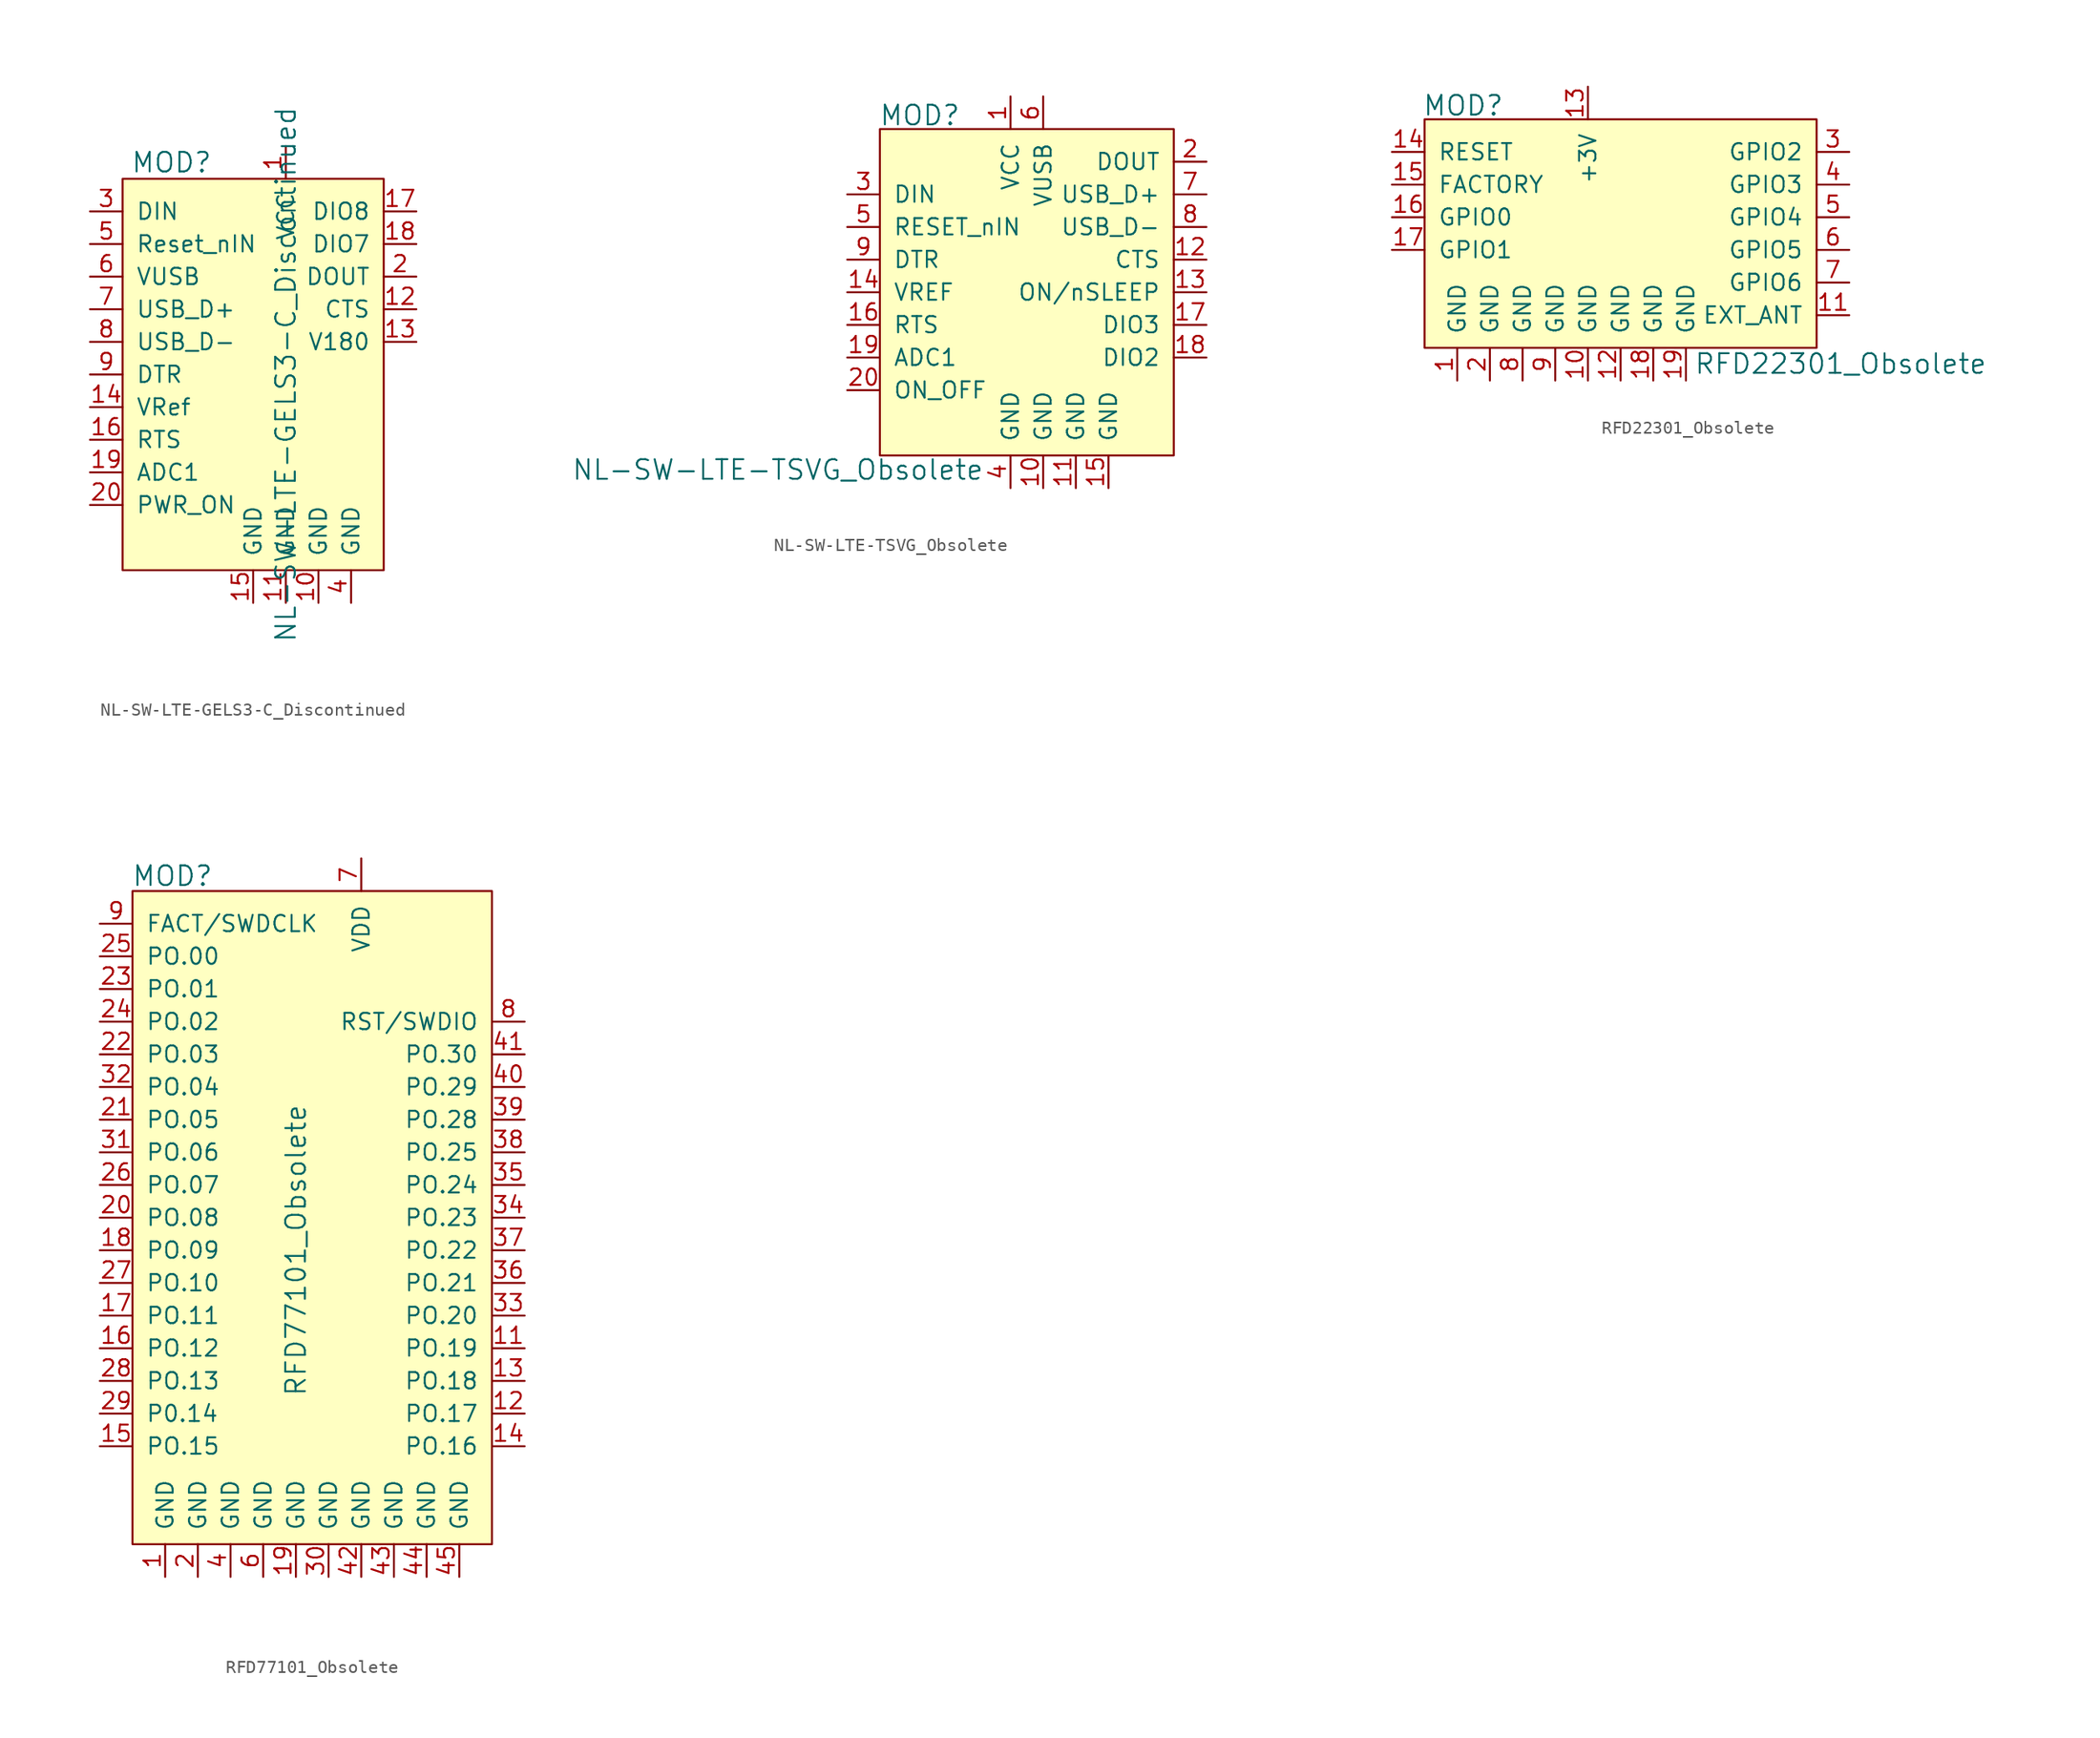
<source format=kicad_sym>
(kicad_symbol_lib
  (version 20231120)
  (generator "kicad_symbol_editor")
  (generator_version "8.0")
  (symbol "NL-SW-LTE-GELS3-C_Discontinued"
    (pin_names
      (offset 1.016))
    (property "Reference" "MOD"
      (at -8.89 21.59 0)
      (effects (font (size 1.524 1.524))))
    (property "Value" "NL-SW-LTE-GELS3-C_Discontinued"
      (at 0 5.08 90)
      (effects (font (size 1.524 1.524))))
    (symbol "NL-SW-LTE-GELS3-C_Discontinued_0_1"
      (rectangle (start -12.7 20.32) (end 7.62 -10.16) (stroke (width 0) (type default)) (fill (type background))))
    (symbol "NL-SW-LTE-GELS3-C_Discontinued_1_1"
      (pin power_in line (at 0 22.86 270) (length 2.54) (name "VCC" (effects (font (size 1.27 1.27)))) (number "1" (effects (font (size 1.27 1.27)))))
      (pin power_in line (at 2.54 -12.7 90) (length 2.54) (name "GND" (effects (font (size 1.27 1.27)))) (number "10" (effects (font (size 1.27 1.27)))))
      (pin power_in line (at 0 -12.7 90) (length 2.54) (name "GND" (effects (font (size 1.27 1.27)))) (number "11" (effects (font (size 1.27 1.27)))))
      (pin output line (at 10.16 10.16 180) (length 2.54) (name "CTS" (effects (font (size 1.27 1.27)))) (number "12" (effects (font (size 1.27 1.27)))))
      (pin output line (at 10.16 7.62 180) (length 2.54) (name "V180" (effects (font (size 1.27 1.27)))) (number "13" (effects (font (size 1.27 1.27)))))
      (pin input line (at -15.24 2.54 0) (length 2.54) (name "VRef" (effects (font (size 1.27 1.27)))) (number "14" (effects (font (size 1.27 1.27)))))
      (pin power_in line (at -2.54 -12.7 90) (length 2.54) (name "GND" (effects (font (size 1.27 1.27)))) (number "15" (effects (font (size 1.27 1.27)))))
      (pin input line (at -15.24 0 0) (length 2.54) (name "RTS" (effects (font (size 1.27 1.27)))) (number "16" (effects (font (size 1.27 1.27)))))
      (pin bidirectional line (at 10.16 17.78 180) (length 2.54) (name "DIO8" (effects (font (size 1.27 1.27)))) (number "17" (effects (font (size 1.27 1.27)))))
      (pin bidirectional line (at 10.16 15.24 180) (length 2.54) (name "DIO7" (effects (font (size 1.27 1.27)))) (number "18" (effects (font (size 1.27 1.27)))))
      (pin input line (at -15.24 -2.54 0) (length 2.54) (name "ADC1" (effects (font (size 1.27 1.27)))) (number "19" (effects (font (size 1.27 1.27)))))
      (pin output line (at 10.16 12.7 180) (length 2.54) (name "DOUT" (effects (font (size 1.27 1.27)))) (number "2" (effects (font (size 1.27 1.27)))))
      (pin input line (at -15.24 -5.08 0) (length 2.54) (name "PWR_ON" (effects (font (size 1.27 1.27)))) (number "20" (effects (font (size 1.27 1.27)))))
      (pin input line (at -15.24 17.78 0) (length 2.54) (name "DIN" (effects (font (size 1.27 1.27)))) (number "3" (effects (font (size 1.27 1.27)))))
      (pin power_in line (at 5.08 -12.7 90) (length 2.54) (name "GND" (effects (font (size 1.27 1.27)))) (number "4" (effects (font (size 1.27 1.27)))))
      (pin input line (at -15.24 15.24 0) (length 2.54) (name "Reset_nIN" (effects (font (size 1.27 1.27)))) (number "5" (effects (font (size 1.27 1.27)))))
      (pin input line (at -15.24 12.7 0) (length 2.54) (name "VUSB" (effects (font (size 1.27 1.27)))) (number "6" (effects (font (size 1.27 1.27)))))
      (pin bidirectional line (at -15.24 10.16 0) (length 2.54) (name "USB_D+" (effects (font (size 1.27 1.27)))) (number "7" (effects (font (size 1.27 1.27)))))
      (pin bidirectional line (at -15.24 7.62 0) (length 2.54) (name "USB_D-" (effects (font (size 1.27 1.27)))) (number "8" (effects (font (size 1.27 1.27)))))
      (pin input line (at -15.24 5.08 0) (length 2.54) (name "DTR" (effects (font (size 1.27 1.27)))) (number "9" (effects (font (size 1.27 1.27)))))))
  (symbol "NL-SW-LTE-TSVG_Obsolete"
    (pin_names
      (offset 1.016))
    (property "Reference" "MOD"
      (at -10.236 13.767 0)
      (effects (font (size 1.524 1.524)) (justify left)))
    (property "Value" "NL-SW-LTE-TSVG_Obsolete"
      (at -2.032 -13.818 0)
      (effects (font (size 1.524 1.524)) (justify right)))
    (symbol "NL-SW-LTE-TSVG_Obsolete_1_1"
      (rectangle (start -10.16 12.7) (end 12.7 -12.7) (stroke (width 0) (type default)) (fill (type background)))
      (pin power_in line (at 0 15.24 270) (length 2.54) (name "VCC" (effects (font (size 1.27 1.27)))) (number "1" (effects (font (size 1.27 1.27)))))
      (pin power_in line (at 2.54 -15.24 90) (length 2.54) (name "GND" (effects (font (size 1.27 1.27)))) (number "10" (effects (font (size 1.27 1.27)))))
      (pin power_in line (at 5.08 -15.24 90) (length 2.54) (name "GND" (effects (font (size 1.27 1.27)))) (number "11" (effects (font (size 1.27 1.27)))))
      (pin output line (at 15.24 2.54 180) (length 2.54) (name "CTS" (effects (font (size 1.27 1.27)))) (number "12" (effects (font (size 1.27 1.27)))))
      (pin output line (at 15.24 0 180) (length 2.54) (name "ON/nSLEEP" (effects (font (size 1.27 1.27)))) (number "13" (effects (font (size 1.27 1.27)))))
      (pin input line (at -12.7 0 0) (length 2.54) (name "VREF" (effects (font (size 1.27 1.27)))) (number "14" (effects (font (size 1.27 1.27)))))
      (pin power_in line (at 7.62 -15.24 90) (length 2.54) (name "GND" (effects (font (size 1.27 1.27)))) (number "15" (effects (font (size 1.27 1.27)))))
      (pin input line (at -12.7 -2.54 0) (length 2.54) (name "RTS" (effects (font (size 1.27 1.27)))) (number "16" (effects (font (size 1.27 1.27)))))
      (pin bidirectional line (at 15.24 -2.54 180) (length 2.54) (name "DIO3" (effects (font (size 1.27 1.27)))) (number "17" (effects (font (size 1.27 1.27)))))
      (pin bidirectional line (at 15.24 -5.08 180) (length 2.54) (name "DIO2" (effects (font (size 1.27 1.27)))) (number "18" (effects (font (size 1.27 1.27)))))
      (pin input line (at -12.7 -5.08 0) (length 2.54) (name "ADC1" (effects (font (size 1.27 1.27)))) (number "19" (effects (font (size 1.27 1.27)))))
      (pin output line (at 15.24 10.16 180) (length 2.54) (name "DOUT" (effects (font (size 1.27 1.27)))) (number "2" (effects (font (size 1.27 1.27)))))
      (pin input line (at -12.7 -7.62 0) (length 2.54) (name "ON_OFF" (effects (font (size 1.27 1.27)))) (number "20" (effects (font (size 1.27 1.27)))))
      (pin input line (at -12.7 7.62 0) (length 2.54) (name "DIN" (effects (font (size 1.27 1.27)))) (number "3" (effects (font (size 1.27 1.27)))))
      (pin power_in line (at 0 -15.24 90) (length 2.54) (name "GND" (effects (font (size 1.27 1.27)))) (number "4" (effects (font (size 1.27 1.27)))))
      (pin input line (at -12.7 5.08 0) (length 2.54) (name "RESET_nIN" (effects (font (size 1.27 1.27)))) (number "5" (effects (font (size 1.27 1.27)))))
      (pin power_in line (at 2.54 15.24 270) (length 2.54) (name "VUSB" (effects (font (size 1.27 1.27)))) (number "6" (effects (font (size 1.27 1.27)))))
      (pin bidirectional line (at 15.24 7.62 180) (length 2.54) (name "USB_D+" (effects (font (size 1.27 1.27)))) (number "7" (effects (font (size 1.27 1.27)))))
      (pin bidirectional line (at 15.24 5.08 180) (length 2.54) (name "USB_D-" (effects (font (size 1.27 1.27)))) (number "8" (effects (font (size 1.27 1.27)))))
      (pin input line (at -12.7 2.54 0) (length 2.54) (name "DTR" (effects (font (size 1.27 1.27)))) (number "9" (effects (font (size 1.27 1.27)))))))
  (symbol "RFD22301_Obsolete"
    (pin_names
      (offset 1.016))
    (property "Reference" "MOD"
      (at -15.418 11.227 0)
      (effects (font (size 1.524 1.524)) (justify left)))
    (property "Value" "RFD22301_Obsolete"
      (at 5.69 -8.865 0)
      (effects (font (size 1.524 1.524)) (justify left)))
    (symbol "RFD22301_Obsolete_1_0"
      (pin bidirectional line (at 17.78 0 180) (length 2.54) (name "GPIO5" (effects (font (size 1.27 1.27)))) (number "6" (effects (font (size 1.27 1.27))))))
    (symbol "RFD22301_Obsolete_1_1"
      (rectangle (start -15.24 10.16) (end 15.24 -7.62) (stroke (width 0) (type default)) (fill (type background)))
      (pin power_in line (at -12.7 -10.16 90) (length 2.54) (name "GND" (effects (font (size 1.27 1.27)))) (number "1" (effects (font (size 1.27 1.27)))))
      (pin power_in line (at -2.54 -10.16 90) (length 2.54) (name "GND" (effects (font (size 1.27 1.27)))) (number "10" (effects (font (size 1.27 1.27)))))
      (pin bidirectional line (at 17.78 -5.08 180) (length 2.54) (name "EXT_ANT" (effects (font (size 1.27 1.27)))) (number "11" (effects (font (size 1.27 1.27)))))
      (pin power_in line (at 0 -10.16 90) (length 2.54) (name "GND" (effects (font (size 1.27 1.27)))) (number "12" (effects (font (size 1.27 1.27)))))
      (pin power_in line (at -2.54 12.7 270) (length 2.54) (name "+3V" (effects (font (size 1.27 1.27)))) (number "13" (effects (font (size 1.27 1.27)))))
      (pin input line (at -17.78 7.62 0) (length 2.54) (name "RESET" (effects (font (size 1.27 1.27)))) (number "14" (effects (font (size 1.27 1.27)))))
      (pin input line (at -17.78 5.08 0) (length 2.54) (name "FACTORY" (effects (font (size 1.27 1.27)))) (number "15" (effects (font (size 1.27 1.27)))))
      (pin bidirectional line (at -17.78 2.54 0) (length 2.54) (name "GPIO0" (effects (font (size 1.27 1.27)))) (number "16" (effects (font (size 1.27 1.27)))))
      (pin bidirectional line (at -17.78 0 0) (length 2.54) (name "GPIO1" (effects (font (size 1.27 1.27)))) (number "17" (effects (font (size 1.27 1.27)))))
      (pin power_in line (at 2.54 -10.16 90) (length 2.54) (name "GND" (effects (font (size 1.27 1.27)))) (number "18" (effects (font (size 1.27 1.27)))))
      (pin power_in line (at 5.08 -10.16 90) (length 2.54) (name "GND" (effects (font (size 1.27 1.27)))) (number "19" (effects (font (size 1.27 1.27)))))
      (pin power_in line (at -10.16 -10.16 90) (length 2.54) (name "GND" (effects (font (size 1.27 1.27)))) (number "2" (effects (font (size 1.27 1.27)))))
      (pin bidirectional line (at 17.78 7.62 180) (length 2.54) (name "GPIO2" (effects (font (size 1.27 1.27)))) (number "3" (effects (font (size 1.27 1.27)))))
      (pin bidirectional line (at 17.78 5.08 180) (length 2.54) (name "GPIO3" (effects (font (size 1.27 1.27)))) (number "4" (effects (font (size 1.27 1.27)))))
      (pin bidirectional line (at 17.78 2.54 180) (length 2.54) (name "GPIO4" (effects (font (size 1.27 1.27)))) (number "5" (effects (font (size 1.27 1.27)))))
      (pin bidirectional line (at 17.78 -2.54 180) (length 2.54) (name "GPIO6" (effects (font (size 1.27 1.27)))) (number "7" (effects (font (size 1.27 1.27)))))
      (pin power_in line (at -7.62 -10.16 90) (length 2.54) (name "GND" (effects (font (size 1.27 1.27)))) (number "8" (effects (font (size 1.27 1.27)))))
      (pin power_in line (at -5.08 -10.16 90) (length 2.54) (name "GND" (effects (font (size 1.27 1.27)))) (number "9" (effects (font (size 1.27 1.27)))))))
  (symbol "RFD77101_Obsolete"
    (pin_names
      (offset 1.016))
    (property "Reference" "MOD"
      (at -15.316 16.408 0)
      (effects (font (size 1.524 1.524)) (justify left)))
    (property "Value" "RFD77101_Obsolete"
      (at -2.54 -12.7 90)
      (effects (font (size 1.524 1.524))))
    (symbol "RFD77101_Obsolete_1_0"
      (pin bidirectional line (at -17.78 -25.4 0) (length 2.54) (name "P0.14" (effects (font (size 1.27 1.27)))) (number "29" (effects (font (size 1.27 1.27))))))
    (symbol "RFD77101_Obsolete_1_1"
      (rectangle (start -15.24 15.24) (end 12.7 -35.56) (stroke (width 0) (type default)) (fill (type background)))
      (pin power_in line (at -12.7 -38.1 90) (length 2.54) (name "GND" (effects (font (size 1.27 1.27)))) (number "1" (effects (font (size 1.27 1.27)))))
      (pin no_connect line (at 15.24 12.7 180) (length 2.54) hide (name "DNC" (effects (font (size 1.27 1.27)))) (number "10" (effects (font (size 1.27 1.27)))))
      (pin bidirectional line (at 15.24 -20.32 180) (length 2.54) (name "PO.19" (effects (font (size 1.27 1.27)))) (number "11" (effects (font (size 1.27 1.27)))))
      (pin bidirectional line (at 15.24 -25.4 180) (length 2.54) (name "PO.17" (effects (font (size 1.27 1.27)))) (number "12" (effects (font (size 1.27 1.27)))))
      (pin bidirectional line (at 15.24 -22.86 180) (length 2.54) (name "PO.18" (effects (font (size 1.27 1.27)))) (number "13" (effects (font (size 1.27 1.27)))))
      (pin bidirectional line (at 15.24 -27.94 180) (length 2.54) (name "PO.16" (effects (font (size 1.27 1.27)))) (number "14" (effects (font (size 1.27 1.27)))))
      (pin bidirectional line (at -17.78 -27.94 0) (length 2.54) (name "PO.15" (effects (font (size 1.27 1.27)))) (number "15" (effects (font (size 1.27 1.27)))))
      (pin bidirectional line (at -17.78 -20.32 0) (length 2.54) (name "PO.12" (effects (font (size 1.27 1.27)))) (number "16" (effects (font (size 1.27 1.27)))))
      (pin bidirectional line (at -17.78 -17.78 0) (length 2.54) (name "PO.11" (effects (font (size 1.27 1.27)))) (number "17" (effects (font (size 1.27 1.27)))))
      (pin bidirectional line (at -17.78 -12.7 0) (length 2.54) (name "PO.09" (effects (font (size 1.27 1.27)))) (number "18" (effects (font (size 1.27 1.27)))))
      (pin power_in line (at -2.54 -38.1 90) (length 2.54) (name "GND" (effects (font (size 1.27 1.27)))) (number "19" (effects (font (size 1.27 1.27)))))
      (pin power_in line (at -10.16 -38.1 90) (length 2.54) (name "GND" (effects (font (size 1.27 1.27)))) (number "2" (effects (font (size 1.27 1.27)))))
      (pin bidirectional line (at -17.78 -10.16 0) (length 2.54) (name "PO.08" (effects (font (size 1.27 1.27)))) (number "20" (effects (font (size 1.27 1.27)))))
      (pin bidirectional line (at -17.78 -2.54 0) (length 2.54) (name "PO.05" (effects (font (size 1.27 1.27)))) (number "21" (effects (font (size 1.27 1.27)))))
      (pin bidirectional line (at -17.78 2.54 0) (length 2.54) (name "PO.03" (effects (font (size 1.27 1.27)))) (number "22" (effects (font (size 1.27 1.27)))))
      (pin bidirectional line (at -17.78 7.62 0) (length 2.54) (name "PO.01" (effects (font (size 1.27 1.27)))) (number "23" (effects (font (size 1.27 1.27)))))
      (pin bidirectional line (at -17.78 5.08 0) (length 2.54) (name "PO.02" (effects (font (size 1.27 1.27)))) (number "24" (effects (font (size 1.27 1.27)))))
      (pin bidirectional line (at -17.78 10.16 0) (length 2.54) (name "PO.00" (effects (font (size 1.27 1.27)))) (number "25" (effects (font (size 1.27 1.27)))))
      (pin bidirectional line (at -17.78 -7.62 0) (length 2.54) (name "PO.07" (effects (font (size 1.27 1.27)))) (number "26" (effects (font (size 1.27 1.27)))))
      (pin bidirectional line (at -17.78 -15.24 0) (length 2.54) (name "PO.10" (effects (font (size 1.27 1.27)))) (number "27" (effects (font (size 1.27 1.27)))))
      (pin bidirectional line (at -17.78 -22.86 0) (length 2.54) (name "PO.13" (effects (font (size 1.27 1.27)))) (number "28" (effects (font (size 1.27 1.27)))))
      (pin no_connect line (at 15.24 7.62 180) (length 2.54) hide (name "DNC" (effects (font (size 1.27 1.27)))) (number "3" (effects (font (size 1.27 1.27)))))
      (pin power_in line (at 0 -38.1 90) (length 2.54) (name "GND" (effects (font (size 1.27 1.27)))) (number "30" (effects (font (size 1.27 1.27)))))
      (pin bidirectional line (at -17.78 -5.08 0) (length 2.54) (name "PO.06" (effects (font (size 1.27 1.27)))) (number "31" (effects (font (size 1.27 1.27)))))
      (pin bidirectional line (at -17.78 0 0) (length 2.54) (name "PO.04" (effects (font (size 1.27 1.27)))) (number "32" (effects (font (size 1.27 1.27)))))
      (pin bidirectional line (at 15.24 -17.78 180) (length 2.54) (name "PO.20" (effects (font (size 1.27 1.27)))) (number "33" (effects (font (size 1.27 1.27)))))
      (pin bidirectional line (at 15.24 -10.16 180) (length 2.54) (name "PO.23" (effects (font (size 1.27 1.27)))) (number "34" (effects (font (size 1.27 1.27)))))
      (pin bidirectional line (at 15.24 -7.62 180) (length 2.54) (name "PO.24" (effects (font (size 1.27 1.27)))) (number "35" (effects (font (size 1.27 1.27)))))
      (pin bidirectional line (at 15.24 -15.24 180) (length 2.54) (name "PO.21" (effects (font (size 1.27 1.27)))) (number "36" (effects (font (size 1.27 1.27)))))
      (pin bidirectional line (at 15.24 -12.7 180) (length 2.54) (name "PO.22" (effects (font (size 1.27 1.27)))) (number "37" (effects (font (size 1.27 1.27)))))
      (pin bidirectional line (at 15.24 -5.08 180) (length 2.54) (name "PO.25" (effects (font (size 1.27 1.27)))) (number "38" (effects (font (size 1.27 1.27)))))
      (pin bidirectional line (at 15.24 -2.54 180) (length 2.54) (name "PO.28" (effects (font (size 1.27 1.27)))) (number "39" (effects (font (size 1.27 1.27)))))
      (pin power_in line (at -7.62 -38.1 90) (length 2.54) (name "GND" (effects (font (size 1.27 1.27)))) (number "4" (effects (font (size 1.27 1.27)))))
      (pin bidirectional line (at 15.24 0 180) (length 2.54) (name "PO.29" (effects (font (size 1.27 1.27)))) (number "40" (effects (font (size 1.27 1.27)))))
      (pin bidirectional line (at 15.24 2.54 180) (length 2.54) (name "PO.30" (effects (font (size 1.27 1.27)))) (number "41" (effects (font (size 1.27 1.27)))))
      (pin power_in line (at 2.54 -38.1 90) (length 2.54) (name "GND" (effects (font (size 1.27 1.27)))) (number "42" (effects (font (size 1.27 1.27)))))
      (pin power_in line (at 5.08 -38.1 90) (length 2.54) (name "GND" (effects (font (size 1.27 1.27)))) (number "43" (effects (font (size 1.27 1.27)))))
      (pin power_in line (at 7.62 -38.1 90) (length 2.54) (name "GND" (effects (font (size 1.27 1.27)))) (number "44" (effects (font (size 1.27 1.27)))))
      (pin power_in line (at 10.16 -38.1 90) (length 2.54) (name "GND" (effects (font (size 1.27 1.27)))) (number "45" (effects (font (size 1.27 1.27)))))
      (pin no_connect line (at 15.24 10.16 180) (length 2.54) hide (name "DNC" (effects (font (size 1.27 1.27)))) (number "5" (effects (font (size 1.27 1.27)))))
      (pin power_in line (at -5.08 -38.1 90) (length 2.54) (name "GND" (effects (font (size 1.27 1.27)))) (number "6" (effects (font (size 1.27 1.27)))))
      (pin power_in line (at 2.54 17.78 270) (length 2.54) (name "VDD" (effects (font (size 1.27 1.27)))) (number "7" (effects (font (size 1.27 1.27)))))
      (pin bidirectional line (at 15.24 5.08 180) (length 2.54) (name "RST/SWDIO" (effects (font (size 1.27 1.27)))) (number "8" (effects (font (size 1.27 1.27)))))
      (pin input line (at -17.78 12.7 0) (length 2.54) (name "FACT/SWDCLK" (effects (font (size 1.27 1.27)))) (number "9" (effects (font (size 1.27 1.27))))))))
</source>
